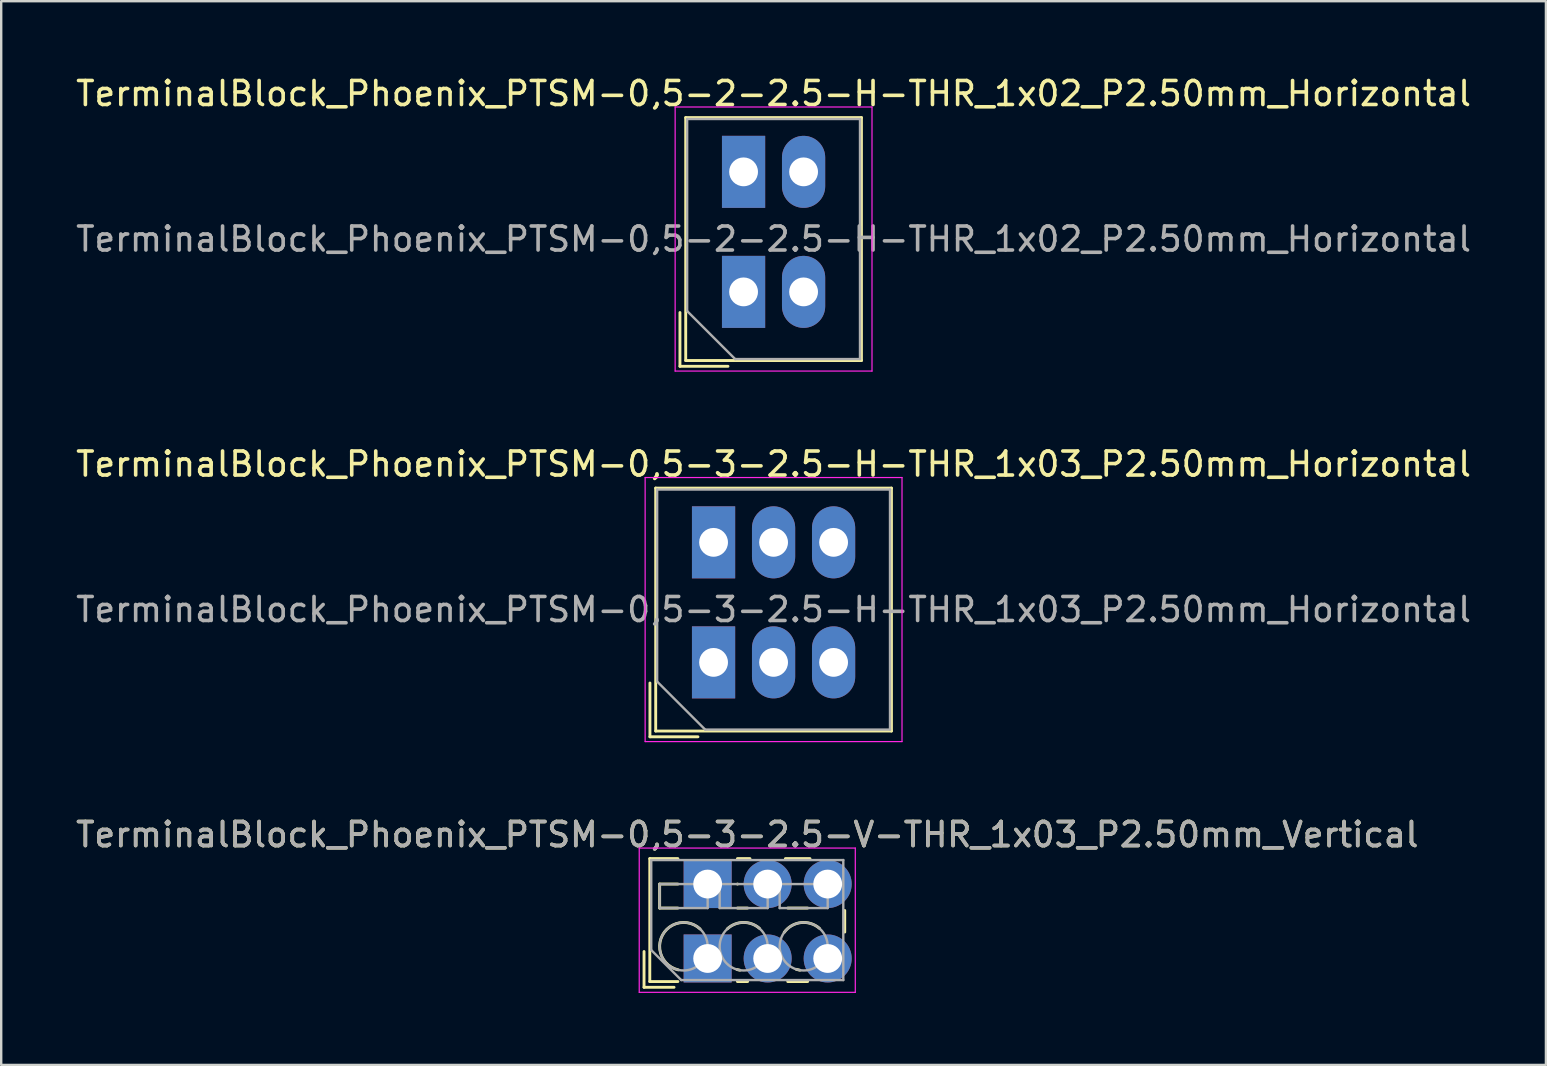
<source format=kicad_pcb>
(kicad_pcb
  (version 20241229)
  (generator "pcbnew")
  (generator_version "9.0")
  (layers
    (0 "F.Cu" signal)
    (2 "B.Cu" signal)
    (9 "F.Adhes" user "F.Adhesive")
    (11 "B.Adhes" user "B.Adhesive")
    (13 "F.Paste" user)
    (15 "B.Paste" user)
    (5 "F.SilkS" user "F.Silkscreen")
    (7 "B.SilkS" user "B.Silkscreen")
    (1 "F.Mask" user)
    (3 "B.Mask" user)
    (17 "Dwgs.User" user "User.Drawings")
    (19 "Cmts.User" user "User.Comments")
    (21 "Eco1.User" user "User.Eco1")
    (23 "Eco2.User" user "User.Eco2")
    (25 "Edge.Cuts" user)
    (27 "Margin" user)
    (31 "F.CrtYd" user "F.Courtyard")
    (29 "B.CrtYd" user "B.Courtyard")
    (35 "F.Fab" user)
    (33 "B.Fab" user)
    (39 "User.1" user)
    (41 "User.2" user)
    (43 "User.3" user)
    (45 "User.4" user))
  (footprint "TerminalBlock_Phoenix_PTSM-0,5-2-2.5-H-THR_1x02_P2.50mm_Horizontal"
    (layer "F.Cu")
    (at 27.923 9.108)
    (property "Reference" "TerminalBlock_Phoenix_PTSM-0,5-2-2.5-H-THR_1x02_P2.50mm_Horizontal" (at 1.25 -8.26 0) (layer "F.SilkS") (effects (font (size 1 1) (thickness 0.15))))
    (attr through_hole)
    (fp_line (start -2.65 0.86) (end -2.65 3.1) (stroke (width 0.12) (type solid)) (layer "F.SilkS"))
    (fp_line (start -2.65 3.1) (end -0.65 3.1) (stroke (width 0.12) (type solid)) (layer "F.SilkS"))
    (fp_line (start -2.41 -7.26) (end -2.41 2.86) (stroke (width 0.12) (type solid)) (layer "F.SilkS"))
    (fp_line (start -2.41 -7.26) (end 4.91 -7.26) (stroke (width 0.12) (type solid)) (layer "F.SilkS"))
    (fp_line (start -2.41 2.86) (end 4.91 2.86) (stroke (width 0.12) (type solid)) (layer "F.SilkS"))
    (fp_line (start 4.91 -7.26) (end 4.91 2.86) (stroke (width 0.12) (type solid)) (layer "F.SilkS"))
    (fp_line (start -2.85 -7.7) (end -2.85 3.3) (stroke (width 0.05) (type solid)) (layer "F.CrtYd"))
    (fp_line (start -2.85 3.3) (end 5.35 3.3) (stroke (width 0.05) (type solid)) (layer "F.CrtYd"))
    (fp_line (start 5.35 -7.7) (end -2.85 -7.7) (stroke (width 0.05) (type solid)) (layer "F.CrtYd"))
    (fp_line (start 5.35 3.3) (end 5.35 -7.7) (stroke (width 0.05) (type solid)) (layer "F.CrtYd"))
    (fp_line (start -2.35 -7.2) (end 4.85 -7.2) (stroke (width 0.1) (type solid)) (layer "F.Fab"))
    (fp_line (start -2.35 0.8) (end -2.35 -7.2) (stroke (width 0.1) (type solid)) (layer "F.Fab"))
    (fp_line (start -0.35 2.8) (end -2.35 0.8) (stroke (width 0.1) (type solid)) (layer "F.Fab"))
    (fp_line (start 4.85 -7.2) (end 4.85 2.8) (stroke (width 0.1) (type solid)) (layer "F.Fab"))
    (fp_line (start 4.85 2.8) (end -0.35 2.8) (stroke (width 0.1) (type solid)) (layer "F.Fab"))
    (fp_text user "${REFERENCE}" (at 1.25 -2.2 0) (layer "F.Fab") (effects (font (size 1 1) (thickness 0.15))))
    (pad "1" thru_hole rect (at 0 -5) (size 1.8 3) (drill 1.2) (layers "*.Cu" "*.Mask"))
    (pad "1" thru_hole rect (at 0 0) (size 1.8 3) (drill 1.2) (layers "*.Cu" "*.Mask"))
    (pad "2" thru_hole oval (at 2.5 -5) (size 1.8 3) (drill 1.2) (layers "*.Cu" "*.Mask"))
    (pad "2" thru_hole oval (at 2.5 0) (size 1.8 3) (drill 1.2) (layers "*.Cu" "*.Mask")))
  (footprint "TerminalBlock_Phoenix_PTSM-0,5-3-2.5-V-THR_1x03_P2.50mm_Vertical"
    (layer "F.Cu")
    (at 26.427 36.875)
    (property "Reference" "TerminalBlock_Phoenix_PTSM-0,5-3-2.5-V-THR_1x03_P2.50mm_Vertical" (at 1.65 -5.16 0) (layer "F.SilkS") (effects (font (size 1 1) (thickness 0.15))))
    (attr through_hole)
    (fp_line (start -2.65 -0.29) (end -2.65 1.2) (stroke (width 0.12) (type solid)) (layer "F.SilkS"))
    (fp_line (start -2.65 1.2) (end -1.4 1.2) (stroke (width 0.12) (type solid)) (layer "F.SilkS"))
    (fp_line (start -2.41 -4.16) (end -2.41 0.961) (stroke (width 0.12) (type solid)) (layer "F.SilkS"))
    (fp_line (start -2.41 -4.16) (end -1.24 -4.16) (stroke (width 0.12) (type solid)) (layer "F.SilkS"))
    (fp_line (start -2.41 0.961) (end -1.24 0.961) (stroke (width 0.12) (type solid)) (layer "F.SilkS"))
    (fp_line (start -2 -3.1) (end -2 -2.1) (stroke (width 0.12) (type solid)) (layer "F.SilkS"))
    (fp_line (start -2 -3.1) (end -1.24 -3.1) (stroke (width 0.12) (type solid)) (layer "F.SilkS"))
    (fp_line (start -2 -2.1) (end -1.24 -2.1) (stroke (width 0.12) (type solid)) (layer "F.SilkS"))
    (fp_line (start 1.24 -4.16) (end 1.763 -4.16) (stroke (width 0.12) (type solid)) (layer "F.SilkS"))
    (fp_line (start 1.24 -3.1) (end 1.245 -3.1) (stroke (width 0.12) (type solid)) (layer "F.SilkS"))
    (fp_line (start 1.24 -2.1) (end 1.665 -2.1) (stroke (width 0.12) (type solid)) (layer "F.SilkS"))
    (fp_line (start 1.24 0.961) (end 1.665 0.961) (stroke (width 0.12) (type solid)) (layer "F.SilkS"))
    (fp_line (start 3.238 -4.16) (end 4.263 -4.16) (stroke (width 0.12) (type solid)) (layer "F.SilkS"))
    (fp_line (start 3.336 -2.1) (end 4.165 -2.1) (stroke (width 0.12) (type solid)) (layer "F.SilkS"))
    (fp_line (start 3.336 0.961) (end 4.165 0.961) (stroke (width 0.12) (type solid)) (layer "F.SilkS"))
    (fp_line (start 5.71 -2) (end 5.71 -1.1) (stroke (width 0.12) (type solid)) (layer "F.SilkS"))
    (fp_arc (start -1.224629 0.474931) (mid -1.883573 -0.969306) (end -0.318 -1.232) (stroke (width 0.12) (type solid)) (layer "F.SilkS"))
    (fp_arc (start 0.817811 -1.23232) (mid 1.483053 -1.500693) (end 2.157 -1.255) (stroke (width 0.12) (type solid)) (layer "F.SilkS"))
    (fp_arc (start 1.344288 0.488343) (mid 1.284242 0.476994) (end 1.225 0.462) (stroke (width 0.12) (type solid)) (layer "F.SilkS"))
    (fp_arc (start 3.190612 -1.088697) (mid 3.887218 -1.494461) (end 4.657 -1.255) (stroke (width 0.12) (type solid)) (layer "F.SilkS"))
    (fp_arc (start 3.84373 0.488618) (mid 3.766646 0.47331) (end 3.691 0.452) (stroke (width 0.12) (type solid)) (layer "F.SilkS"))
    (fp_line (start -2.85 -4.6) (end -2.85 1.41) (stroke (width 0.05) (type solid)) (layer "F.CrtYd"))
    (fp_line (start -2.85 1.41) (end 6.15 1.41) (stroke (width 0.05) (type solid)) (layer "F.CrtYd"))
    (fp_line (start 6.15 -4.6) (end -2.85 -4.6) (stroke (width 0.05) (type solid)) (layer "F.CrtYd"))
    (fp_line (start 6.15 1.41) (end 6.15 -4.6) (stroke (width 0.05) (type solid)) (layer "F.CrtYd"))
    (fp_line (start -2.35 -4.1) (end 5.65 -4.1) (stroke (width 0.1) (type solid)) (layer "F.Fab"))
    (fp_line (start -2.35 -0.35) (end -2.35 -4.1) (stroke (width 0.1) (type solid)) (layer "F.Fab"))
    (fp_line (start -2 -3.1) (end -2 -2.1) (stroke (width 0.1) (type solid)) (layer "F.Fab"))
    (fp_line (start -2 -2.1) (end 0 -2.1) (stroke (width 0.1) (type solid)) (layer "F.Fab"))
    (fp_line (start -1.1 0.9) (end -2.35 -0.35) (stroke (width 0.1) (type solid)) (layer "F.Fab"))
    (fp_line (start 0 -3.1) (end -2 -3.1) (stroke (width 0.1) (type solid)) (layer "F.Fab"))
    (fp_line (start 0 -2.1) (end 0 -3.1) (stroke (width 0.1) (type solid)) (layer "F.Fab"))
    (fp_line (start 0.5 -3.1) (end 0.5 -2.1) (stroke (width 0.1) (type solid)) (layer "F.Fab"))
    (fp_line (start 0.5 -2.1) (end 2.5 -2.1) (stroke (width 0.1) (type solid)) (layer "F.Fab"))
    (fp_line (start 2.5 -3.1) (end 0.5 -3.1) (stroke (width 0.1) (type solid)) (layer "F.Fab"))
    (fp_line (start 2.5 -2.1) (end 2.5 -3.1) (stroke (width 0.1) (type solid)) (layer "F.Fab"))
    (fp_line (start 3 -3.1) (end 3 -2.1) (stroke (width 0.1) (type solid)) (layer "F.Fab"))
    (fp_line (start 3 -2.1) (end 5 -2.1) (stroke (width 0.1) (type solid)) (layer "F.Fab"))
    (fp_line (start 5 -3.1) (end 3 -3.1) (stroke (width 0.1) (type solid)) (layer "F.Fab"))
    (fp_line (start 5 -2.1) (end 5 -3.1) (stroke (width 0.1) (type solid)) (layer "F.Fab"))
    (fp_line (start 5.65 -4.1) (end 5.65 0.9) (stroke (width 0.1) (type solid)) (layer "F.Fab"))
    (fp_line (start 5.65 0.9) (end -1.1 0.9) (stroke (width 0.1) (type solid)) (layer "F.Fab"))
    (fp_circle (center -1 -0.5) (end 0 -0.5) (stroke (width 0.1) (type solid)) (fill no) (layer "F.Fab"))
    (fp_circle (center 1.5 -0.5) (end 2.5 -0.5) (stroke (width 0.1) (type solid)) (fill no) (layer "F.Fab"))
    (fp_circle (center 4 -0.5) (end 5 -0.5) (stroke (width 0.1) (type solid)) (fill no) (layer "F.Fab"))
    (fp_text user "${REFERENCE}" (at 1.65 -5.16 0) (layer "F.Fab") (effects (font (size 1 1) (thickness 0.15))))
    (pad "1" thru_hole rect (at 0 -3.1) (size 2 2) (drill 1.2) (layers "*.Cu" "*.Mask"))
    (pad "1" thru_hole rect (at 0 0) (size 2 2) (drill 1.2) (layers "*.Cu" "*.Mask"))
    (pad "2" thru_hole circle (at 2.5 -3.1) (size 2 2) (drill 1.2) (layers "*.Cu" "*.Mask"))
    (pad "2" thru_hole circle (at 2.5 0) (size 2 2) (drill 1.2) (layers "*.Cu" "*.Mask"))
    (pad "3" thru_hole circle (at 5 -3.1) (size 2 2) (drill 1.2) (layers "*.Cu" "*.Mask"))
    (pad "3" thru_hole circle (at 5 0) (size 2 2) (drill 1.2) (layers "*.Cu" "*.Mask")))
  (footprint "TerminalBlock_Phoenix_PTSM-0,5-3-2.5-H-THR_1x03_P2.50mm_Horizontal"
    (layer "F.Cu")
    (at 26.673 24.541)
    (property "Reference" "TerminalBlock_Phoenix_PTSM-0,5-3-2.5-H-THR_1x03_P2.50mm_Horizontal" (at 2.5 -8.26 0) (layer "F.SilkS") (effects (font (size 1 1) (thickness 0.15))))
    (attr through_hole)
    (fp_line (start -2.65 0.86) (end -2.65 3.1) (stroke (width 0.12) (type solid)) (layer "F.SilkS"))
    (fp_line (start -2.65 3.1) (end -0.65 3.1) (stroke (width 0.12) (type solid)) (layer "F.SilkS"))
    (fp_line (start -2.41 -7.26) (end -2.41 2.86) (stroke (width 0.12) (type solid)) (layer "F.SilkS"))
    (fp_line (start -2.41 -7.26) (end 7.41 -7.26) (stroke (width 0.12) (type solid)) (layer "F.SilkS"))
    (fp_line (start -2.41 2.86) (end 7.41 2.86) (stroke (width 0.12) (type solid)) (layer "F.SilkS"))
    (fp_line (start 7.41 -7.26) (end 7.41 2.86) (stroke (width 0.12) (type solid)) (layer "F.SilkS"))
    (fp_line (start -2.85 -7.7) (end -2.85 3.3) (stroke (width 0.05) (type solid)) (layer "F.CrtYd"))
    (fp_line (start -2.85 3.3) (end 7.85 3.3) (stroke (width 0.05) (type solid)) (layer "F.CrtYd"))
    (fp_line (start 7.85 -7.7) (end -2.85 -7.7) (stroke (width 0.05) (type solid)) (layer "F.CrtYd"))
    (fp_line (start 7.85 3.3) (end 7.85 -7.7) (stroke (width 0.05) (type solid)) (layer "F.CrtYd"))
    (fp_line (start -2.35 -7.2) (end 7.35 -7.2) (stroke (width 0.1) (type solid)) (layer "F.Fab"))
    (fp_line (start -2.35 0.8) (end -2.35 -7.2) (stroke (width 0.1) (type solid)) (layer "F.Fab"))
    (fp_line (start -0.35 2.8) (end -2.35 0.8) (stroke (width 0.1) (type solid)) (layer "F.Fab"))
    (fp_line (start 7.35 -7.2) (end 7.35 2.8) (stroke (width 0.1) (type solid)) (layer "F.Fab"))
    (fp_line (start 7.35 2.8) (end -0.35 2.8) (stroke (width 0.1) (type solid)) (layer "F.Fab"))
    (fp_text user "${REFERENCE}" (at 2.5 -2.2 0) (layer "F.Fab") (effects (font (size 1 1) (thickness 0.15))))
    (pad "1" thru_hole rect (at 0 -5) (size 1.8 3) (drill 1.2) (layers "*.Cu" "*.Mask"))
    (pad "1" thru_hole rect (at 0 0) (size 1.8 3) (drill 1.2) (layers "*.Cu" "*.Mask"))
    (pad "2" thru_hole oval (at 2.5 -5) (size 1.8 3) (drill 1.2) (layers "*.Cu" "*.Mask"))
    (pad "2" thru_hole oval (at 2.5 0) (size 1.8 3) (drill 1.2) (layers "*.Cu" "*.Mask"))
    (pad "3" thru_hole oval (at 5 -5) (size 1.8 3) (drill 1.2) (layers "*.Cu" "*.Mask"))
    (pad "3" thru_hole oval (at 5 0) (size 1.8 3) (drill 1.2) (layers "*.Cu" "*.Mask")))
  (gr_rect
    (start -3 -3)
    (end 61.345 41.31)
    (stroke (width 0.1) (type default))
    (fill no)
    (layer "Edge.Cuts")))
</source>
